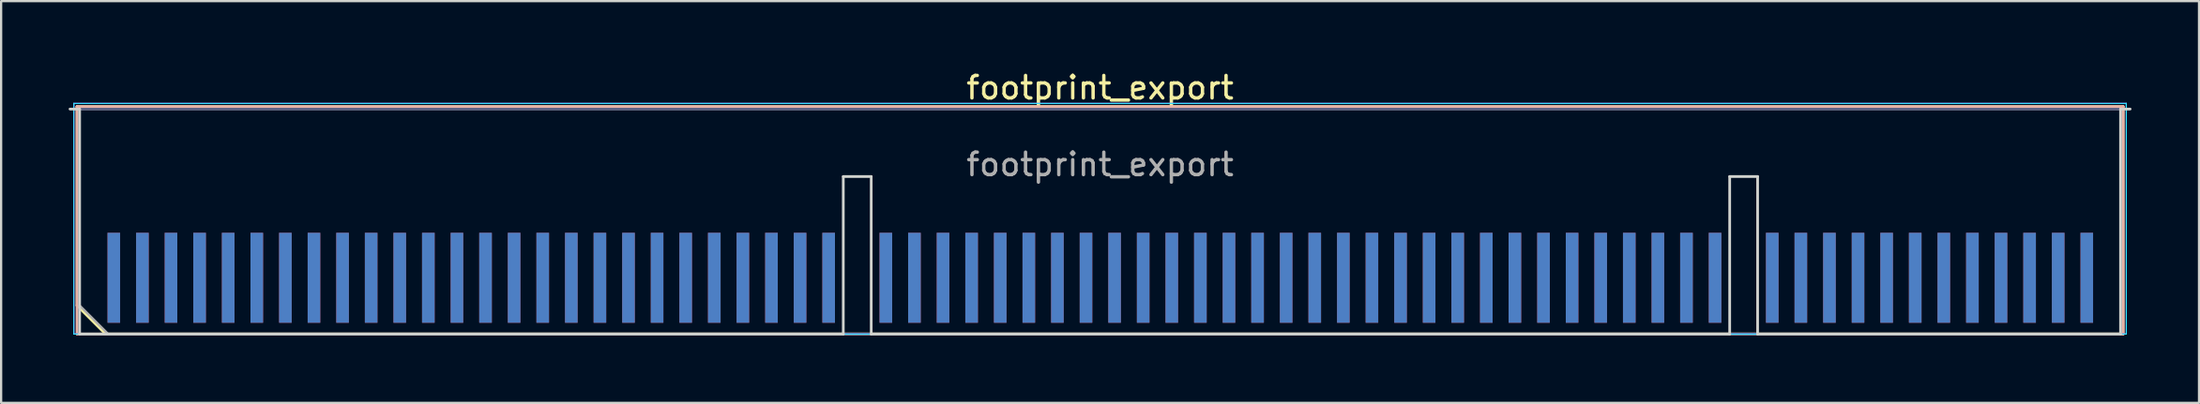
<source format=kicad_pcb>
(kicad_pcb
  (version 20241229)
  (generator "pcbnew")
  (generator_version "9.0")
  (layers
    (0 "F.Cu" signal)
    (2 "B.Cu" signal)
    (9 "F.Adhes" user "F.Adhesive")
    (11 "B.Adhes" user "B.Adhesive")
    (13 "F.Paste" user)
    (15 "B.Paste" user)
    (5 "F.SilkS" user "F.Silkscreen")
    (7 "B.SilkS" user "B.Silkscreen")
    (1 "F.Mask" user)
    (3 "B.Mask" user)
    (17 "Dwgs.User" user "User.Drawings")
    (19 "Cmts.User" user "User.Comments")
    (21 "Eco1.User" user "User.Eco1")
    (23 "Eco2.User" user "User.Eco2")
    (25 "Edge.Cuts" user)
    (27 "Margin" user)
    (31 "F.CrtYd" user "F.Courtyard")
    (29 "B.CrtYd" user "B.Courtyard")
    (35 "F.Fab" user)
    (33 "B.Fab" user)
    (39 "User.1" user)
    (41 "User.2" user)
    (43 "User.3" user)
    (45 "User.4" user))
  (footprint "footprint_export"
    (layer "F.Cu")
    (at 45.81 6.798)
    (property "Reference" "footprint_export" (at 0 -5.95 0) (layer "F.SilkS") (effects (font (size 1 1) (thickness 0.15))))
    (attr exclude_from_pos_files exclude_from_bom)
    (fp_line (start -45.44 -5.11) (end 45.44 -5.11) (stroke (width 0.12) (type solid)) (layer "F.SilkS"))
    (fp_line (start -45.44 3.73) (end -45.44 -5.11) (stroke (width 0.12) (type solid)) (layer "F.SilkS"))
    (fp_line (start -44.17 5) (end -45.44 3.73) (stroke (width 0.12) (type solid)) (layer "F.SilkS"))
    (fp_line (start -44.17 5) (end 45.44 5) (stroke (width 0.12) (type solid)) (layer "F.SilkS"))
    (fp_line (start 45.44 5) (end 45.44 -5.11) (stroke (width 0.12) (type solid)) (layer "F.SilkS"))
    (fp_line (start -45.44 -5.11) (end 45.44 -5.11) (stroke (width 0.12) (type solid)) (layer "B.SilkS"))
    (fp_line (start -45.44 5) (end -45.44 -5.11) (stroke (width 0.12) (type solid)) (layer "B.SilkS"))
    (fp_line (start -45.44 5) (end 45.44 5) (stroke (width 0.12) (type solid)) (layer "B.SilkS"))
    (fp_line (start 45.44 5) (end 45.44 -5.11) (stroke (width 0.12) (type solid)) (layer "B.SilkS"))
    (fp_line (start -45.75 -5) (end -45.325 -5) (stroke (width 0.12) (type solid)) (layer "Edge.Cuts"))
    (fp_line (start -45.325 5) (end -45.325 -5) (stroke (width 0.12) (type solid)) (layer "Edge.Cuts"))
    (fp_line (start -45.325 5) (end -11.405 5) (stroke (width 0.12) (type solid)) (layer "Edge.Cuts"))
    (fp_line (start -11.405 -2) (end -10.165 -2) (stroke (width 0.12) (type solid)) (layer "Edge.Cuts"))
    (fp_line (start -11.405 5) (end -11.405 -2) (stroke (width 0.12) (type solid)) (layer "Edge.Cuts"))
    (fp_line (start -10.165 5) (end -10.165 -2) (stroke (width 0.12) (type solid)) (layer "Edge.Cuts"))
    (fp_line (start -10.165 5) (end 27.965 5) (stroke (width 0.12) (type solid)) (layer "Edge.Cuts"))
    (fp_line (start 27.965 -2) (end 29.205 -2) (stroke (width 0.12) (type solid)) (layer "Edge.Cuts"))
    (fp_line (start 27.965 5) (end 27.965 -2) (stroke (width 0.12) (type solid)) (layer "Edge.Cuts"))
    (fp_line (start 29.205 5) (end 29.205 -2) (stroke (width 0.12) (type solid)) (layer "Edge.Cuts"))
    (fp_line (start 29.205 5) (end 45.325 5) (stroke (width 0.12) (type solid)) (layer "Edge.Cuts"))
    (fp_line (start 45.325 5) (end 45.325 -5) (stroke (width 0.12) (type solid)) (layer "Edge.Cuts"))
    (fp_line (start 45.75 -5) (end 45.325 -5) (stroke (width 0.12) (type solid)) (layer "Edge.Cuts"))
    (fp_line (start -45.58 -5.25) (end -45.58 5) (stroke (width 0.05) (type solid)) (layer "B.CrtYd"))
    (fp_line (start -45.58 5) (end 45.58 5) (stroke (width 0.05) (type solid)) (layer "B.CrtYd"))
    (fp_line (start 45.58 -5.25) (end -45.58 -5.25) (stroke (width 0.05) (type solid)) (layer "B.CrtYd"))
    (fp_line (start 45.58 5) (end 45.58 -5.25) (stroke (width 0.05) (type solid)) (layer "B.CrtYd"))
    (fp_line (start -45.58 -5.25) (end -45.58 5) (stroke (width 0.05) (type solid)) (layer "F.CrtYd"))
    (fp_line (start -45.58 5) (end 45.58 5) (stroke (width 0.05) (type solid)) (layer "F.CrtYd"))
    (fp_line (start 45.58 -5.25) (end -45.58 -5.25) (stroke (width 0.05) (type solid)) (layer "F.CrtYd"))
    (fp_line (start 45.58 5) (end 45.58 -5.25) (stroke (width 0.05) (type solid)) (layer "F.CrtYd"))
    (fp_line (start -45.325 -5) (end 45.325 -5) (stroke (width 0.1) (type solid)) (layer "B.Fab"))
    (fp_line (start -45.325 5) (end -45.325 -5) (stroke (width 0.1) (type solid)) (layer "B.Fab"))
    (fp_line (start -45.325 5) (end 45.325 5) (stroke (width 0.1) (type solid)) (layer "B.Fab"))
    (fp_line (start 45.325 5) (end 45.325 -5) (stroke (width 0.1) (type solid)) (layer "B.Fab"))
    (fp_line (start -45.325 -5) (end 45.325 -5) (stroke (width 0.1) (type solid)) (layer "F.Fab"))
    (fp_line (start -45.325 3.73) (end -45.325 -5) (stroke (width 0.1) (type solid)) (layer "F.Fab"))
    (fp_line (start -45.325 3.73) (end -44.055 5) (stroke (width 0.1) (type solid)) (layer "F.Fab"))
    (fp_line (start -44.055 5) (end 45.325 5) (stroke (width 0.1) (type solid)) (layer "F.Fab"))
    (fp_line (start 45.325 5) (end 45.325 -5) (stroke (width 0.1) (type solid)) (layer "F.Fab"))
    (fp_text user "${REFERENCE}" (at 0 -2.54 0) (layer "F.Fab") (effects (font (size 1 1) (thickness 0.15))))
    (pad "1" connect rect (at -43.805 2.5) (size 0.56 4) (layers "F.Cu" "F.Mask"))
    (pad "2" connect rect (at -43.805 2.5) (size 0.56 4) (layers "B.Cu" "B.Mask"))
    (pad "3" connect rect (at -42.535 2.5) (size 0.56 4) (layers "F.Cu" "F.Mask"))
    (pad "4" connect rect (at -42.535 2.5) (size 0.56 4) (layers "B.Cu" "B.Mask"))
    (pad "5" connect rect (at -41.265 2.5) (size 0.56 4) (layers "F.Cu" "F.Mask"))
    (pad "6" connect rect (at -41.265 2.5) (size 0.56 4) (layers "B.Cu" "B.Mask"))
    (pad "7" connect rect (at -39.995 2.5) (size 0.56 4) (layers "F.Cu" "F.Mask"))
    (pad "8" connect rect (at -39.995 2.5) (size 0.56 4) (layers "B.Cu" "B.Mask"))
    (pad "9" connect rect (at -38.725 2.5) (size 0.56 4) (layers "F.Cu" "F.Mask"))
    (pad "10" connect rect (at -38.725 2.5) (size 0.56 4) (layers "B.Cu" "B.Mask"))
    (pad "11" connect rect (at -37.455 2.5) (size 0.56 4) (layers "F.Cu" "F.Mask"))
    (pad "12" connect rect (at -37.455 2.5) (size 0.56 4) (layers "B.Cu" "B.Mask"))
    (pad "13" connect rect (at -36.185 2.5) (size 0.56 4) (layers "F.Cu" "F.Mask"))
    (pad "14" connect rect (at -36.185 2.5) (size 0.56 4) (layers "B.Cu" "B.Mask"))
    (pad "15" connect rect (at -34.915 2.5) (size 0.56 4) (layers "F.Cu" "F.Mask"))
    (pad "16" connect rect (at -34.915 2.5) (size 0.56 4) (layers "B.Cu" "B.Mask"))
    (pad "17" connect rect (at -33.645 2.5) (size 0.56 4) (layers "F.Cu" "F.Mask"))
    (pad "18" connect rect (at -33.645 2.5) (size 0.56 4) (layers "B.Cu" "B.Mask"))
    (pad "19" connect rect (at -32.375 2.5) (size 0.56 4) (layers "F.Cu" "F.Mask"))
    (pad "20" connect rect (at -32.375 2.5) (size 0.56 4) (layers "B.Cu" "B.Mask"))
    (pad "21" connect rect (at -31.105 2.5) (size 0.56 4) (layers "F.Cu" "F.Mask"))
    (pad "22" connect rect (at -31.105 2.5) (size 0.56 4) (layers "B.Cu" "B.Mask"))
    (pad "23" connect rect (at -29.835 2.5) (size 0.56 4) (layers "F.Cu" "F.Mask"))
    (pad "24" connect rect (at -29.835 2.5) (size 0.56 4) (layers "B.Cu" "B.Mask"))
    (pad "25" connect rect (at -28.565 2.5) (size 0.56 4) (layers "F.Cu" "F.Mask"))
    (pad "26" connect rect (at -28.565 2.5) (size 0.56 4) (layers "B.Cu" "B.Mask"))
    (pad "27" connect rect (at -27.295 2.5) (size 0.56 4) (layers "F.Cu" "F.Mask"))
    (pad "28" connect rect (at -27.295 2.5) (size 0.56 4) (layers "B.Cu" "B.Mask"))
    (pad "29" connect rect (at -26.025 2.5) (size 0.56 4) (layers "F.Cu" "F.Mask"))
    (pad "30" connect rect (at -26.025 2.5) (size 0.56 4) (layers "B.Cu" "B.Mask"))
    (pad "31" connect rect (at -24.755 2.5) (size 0.56 4) (layers "F.Cu" "F.Mask"))
    (pad "32" connect rect (at -24.755 2.5) (size 0.56 4) (layers "B.Cu" "B.Mask"))
    (pad "33" connect rect (at -23.485 2.5) (size 0.56 4) (layers "F.Cu" "F.Mask"))
    (pad "34" connect rect (at -23.485 2.5) (size 0.56 4) (layers "B.Cu" "B.Mask"))
    (pad "35" connect rect (at -22.215 2.5) (size 0.56 4) (layers "F.Cu" "F.Mask"))
    (pad "36" connect rect (at -22.215 2.5) (size 0.56 4) (layers "B.Cu" "B.Mask"))
    (pad "37" connect rect (at -20.945 2.5) (size 0.56 4) (layers "F.Cu" "F.Mask"))
    (pad "38" connect rect (at -20.945 2.5) (size 0.56 4) (layers "B.Cu" "B.Mask"))
    (pad "39" connect rect (at -19.675 2.5) (size 0.56 4) (layers "F.Cu" "F.Mask"))
    (pad "40" connect rect (at -19.675 2.5) (size 0.56 4) (layers "B.Cu" "B.Mask"))
    (pad "41" connect rect (at -18.405 2.5) (size 0.56 4) (layers "F.Cu" "F.Mask"))
    (pad "42" connect rect (at -18.405 2.5) (size 0.56 4) (layers "B.Cu" "B.Mask"))
    (pad "43" connect rect (at -17.135 2.5) (size 0.56 4) (layers "F.Cu" "F.Mask"))
    (pad "44" connect rect (at -17.135 2.5) (size 0.56 4) (layers "B.Cu" "B.Mask"))
    (pad "45" connect rect (at -15.865 2.5) (size 0.56 4) (layers "F.Cu" "F.Mask"))
    (pad "46" connect rect (at -15.865 2.5) (size 0.56 4) (layers "B.Cu" "B.Mask"))
    (pad "47" connect rect (at -14.595 2.5) (size 0.56 4) (layers "F.Cu" "F.Mask"))
    (pad "48" connect rect (at -14.595 2.5) (size 0.56 4) (layers "B.Cu" "B.Mask"))
    (pad "49" connect rect (at -13.325 2.5) (size 0.56 4) (layers "F.Cu" "F.Mask"))
    (pad "50" connect rect (at -13.325 2.5) (size 0.56 4) (layers "B.Cu" "B.Mask"))
    (pad "51" connect rect (at -12.055 2.5) (size 0.56 4) (layers "F.Cu" "F.Mask"))
    (pad "52" connect rect (at -12.055 2.5) (size 0.56 4) (layers "B.Cu" "B.Mask"))
    (pad "55" connect rect (at -9.515 2.5) (size 0.56 4) (layers "F.Cu" "F.Mask"))
    (pad "56" connect rect (at -9.515 2.5) (size 0.56 4) (layers "B.Cu" "B.Mask"))
    (pad "57" connect rect (at -8.245 2.5) (size 0.56 4) (layers "F.Cu" "F.Mask"))
    (pad "58" connect rect (at -8.245 2.5) (size 0.56 4) (layers "B.Cu" "B.Mask"))
    (pad "59" connect rect (at -6.975 2.5) (size 0.56 4) (layers "F.Cu" "F.Mask"))
    (pad "60" connect rect (at -6.975 2.5) (size 0.56 4) (layers "B.Cu" "B.Mask"))
    (pad "61" connect rect (at -5.705 2.5) (size 0.56 4) (layers "F.Cu" "F.Mask"))
    (pad "62" connect rect (at -5.705 2.5) (size 0.56 4) (layers "B.Cu" "B.Mask"))
    (pad "63" connect rect (at -4.435 2.5) (size 0.56 4) (layers "F.Cu" "F.Mask"))
    (pad "64" connect rect (at -4.435 2.5) (size 0.56 4) (layers "B.Cu" "B.Mask"))
    (pad "65" connect rect (at -3.165 2.5) (size 0.56 4) (layers "F.Cu" "F.Mask"))
    (pad "66" connect rect (at -3.165 2.5) (size 0.56 4) (layers "B.Cu" "B.Mask"))
    (pad "67" connect rect (at -1.895 2.5) (size 0.56 4) (layers "F.Cu" "F.Mask"))
    (pad "68" connect rect (at -1.895 2.5) (size 0.56 4) (layers "B.Cu" "B.Mask"))
    (pad "69" connect rect (at -0.625 2.5) (size 0.56 4) (layers "F.Cu" "F.Mask"))
    (pad "70" connect rect (at -0.625 2.5) (size 0.56 4) (layers "B.Cu" "B.Mask"))
    (pad "71" connect rect (at 0.645 2.5) (size 0.56 4) (layers "F.Cu" "F.Mask"))
    (pad "72" connect rect (at 0.645 2.5) (size 0.56 4) (layers "B.Cu" "B.Mask"))
    (pad "73" connect rect (at 1.915 2.5) (size 0.56 4) (layers "F.Cu" "F.Mask"))
    (pad "74" connect rect (at 1.915 2.5) (size 0.56 4) (layers "B.Cu" "B.Mask"))
    (pad "75" connect rect (at 3.185 2.5) (size 0.56 4) (layers "F.Cu" "F.Mask"))
    (pad "76" connect rect (at 3.185 2.5) (size 0.56 4) (layers "B.Cu" "B.Mask"))
    (pad "77" connect rect (at 4.455 2.5) (size 0.56 4) (layers "F.Cu" "F.Mask"))
    (pad "78" connect rect (at 4.455 2.5) (size 0.56 4) (layers "B.Cu" "B.Mask"))
    (pad "79" connect rect (at 5.725 2.5) (size 0.56 4) (layers "F.Cu" "F.Mask"))
    (pad "80" connect rect (at 5.725 2.5) (size 0.56 4) (layers "B.Cu" "B.Mask"))
    (pad "81" connect rect (at 6.995 2.5) (size 0.56 4) (layers "F.Cu" "F.Mask"))
    (pad "82" connect rect (at 6.995 2.5) (size 0.56 4) (layers "B.Cu" "B.Mask"))
    (pad "83" connect rect (at 8.265 2.5) (size 0.56 4) (layers "F.Cu" "F.Mask"))
    (pad "84" connect rect (at 8.265 2.5) (size 0.56 4) (layers "B.Cu" "B.Mask"))
    (pad "85" connect rect (at 9.535 2.5) (size 0.56 4) (layers "F.Cu" "F.Mask"))
    (pad "86" connect rect (at 9.535 2.5) (size 0.56 4) (layers "B.Cu" "B.Mask"))
    (pad "87" connect rect (at 10.805 2.5) (size 0.56 4) (layers "F.Cu" "F.Mask"))
    (pad "88" connect rect (at 10.805 2.5) (size 0.56 4) (layers "B.Cu" "B.Mask"))
    (pad "89" connect rect (at 12.075 2.5) (size 0.56 4) (layers "F.Cu" "F.Mask"))
    (pad "90" connect rect (at 12.075 2.5) (size 0.56 4) (layers "B.Cu" "B.Mask"))
    (pad "91" connect rect (at 13.345 2.5) (size 0.56 4) (layers "F.Cu" "F.Mask"))
    (pad "92" connect rect (at 13.345 2.5) (size 0.56 4) (layers "B.Cu" "B.Mask"))
    (pad "93" connect rect (at 14.615 2.5) (size 0.56 4) (layers "F.Cu" "F.Mask"))
    (pad "94" connect rect (at 14.615 2.5) (size 0.56 4) (layers "B.Cu" "B.Mask"))
    (pad "95" connect rect (at 15.885 2.5) (size 0.56 4) (layers "F.Cu" "F.Mask"))
    (pad "96" connect rect (at 15.885 2.5) (size 0.56 4) (layers "B.Cu" "B.Mask"))
    (pad "97" connect rect (at 17.155 2.5) (size 0.56 4) (layers "F.Cu" "F.Mask"))
    (pad "98" connect rect (at 17.155 2.5) (size 0.56 4) (layers "B.Cu" "B.Mask"))
    (pad "99" connect rect (at 18.425 2.5) (size 0.56 4) (layers "F.Cu" "F.Mask"))
    (pad "100" connect rect (at 18.425 2.5) (size 0.56 4) (layers "B.Cu" "B.Mask"))
    (pad "101" connect rect (at 19.695 2.5) (size 0.56 4) (layers "F.Cu" "F.Mask"))
    (pad "102" connect rect (at 19.695 2.5) (size 0.56 4) (layers "B.Cu" "B.Mask"))
    (pad "103" connect rect (at 20.965 2.5) (size 0.56 4) (layers "F.Cu" "F.Mask"))
    (pad "104" connect rect (at 20.965 2.5) (size 0.56 4) (layers "B.Cu" "B.Mask"))
    (pad "105" connect rect (at 22.235 2.5) (size 0.56 4) (layers "F.Cu" "F.Mask"))
    (pad "106" connect rect (at 22.235 2.5) (size 0.56 4) (layers "B.Cu" "B.Mask"))
    (pad "107" connect rect (at 23.505 2.5) (size 0.56 4) (layers "F.Cu" "F.Mask"))
    (pad "108" connect rect (at 23.505 2.5) (size 0.56 4) (layers "B.Cu" "B.Mask"))
    (pad "109" connect rect (at 24.775 2.5) (size 0.56 4) (layers "F.Cu" "F.Mask"))
    (pad "110" connect rect (at 24.775 2.5) (size 0.56 4) (layers "B.Cu" "B.Mask"))
    (pad "111" connect rect (at 26.045 2.5) (size 0.56 4) (layers "F.Cu" "F.Mask"))
    (pad "112" connect rect (at 26.045 2.5) (size 0.56 4) (layers "B.Cu" "B.Mask"))
    (pad "113" connect rect (at 27.315 2.5) (size 0.56 4) (layers "F.Cu" "F.Mask"))
    (pad "114" connect rect (at 27.315 2.5) (size 0.56 4) (layers "B.Cu" "B.Mask"))
    (pad "117" connect rect (at 29.855 2.5) (size 0.56 4) (layers "F.Cu" "F.Mask"))
    (pad "118" connect rect (at 29.855 2.5) (size 0.56 4) (layers "B.Cu" "B.Mask"))
    (pad "119" connect rect (at 31.125 2.5) (size 0.56 4) (layers "F.Cu" "F.Mask"))
    (pad "120" connect rect (at 31.125 2.5) (size 0.56 4) (layers "B.Cu" "B.Mask"))
    (pad "121" connect rect (at 32.395 2.5) (size 0.56 4) (layers "F.Cu" "F.Mask"))
    (pad "122" connect rect (at 32.395 2.5) (size 0.56 4) (layers "B.Cu" "B.Mask"))
    (pad "123" connect rect (at 33.665 2.5) (size 0.56 4) (layers "F.Cu" "F.Mask"))
    (pad "124" connect rect (at 33.665 2.5) (size 0.56 4) (layers "B.Cu" "B.Mask"))
    (pad "125" connect rect (at 34.935 2.5) (size 0.56 4) (layers "F.Cu" "F.Mask"))
    (pad "126" connect rect (at 34.935 2.5) (size 0.56 4) (layers "B.Cu" "B.Mask"))
    (pad "127" connect rect (at 36.205 2.5) (size 0.56 4) (layers "F.Cu" "F.Mask"))
    (pad "128" connect rect (at 36.205 2.5) (size 0.56 4) (layers "B.Cu" "B.Mask"))
    (pad "129" connect rect (at 37.475 2.5) (size 0.56 4) (layers "F.Cu" "F.Mask"))
    (pad "130" connect rect (at 37.475 2.5) (size 0.56 4) (layers "B.Cu" "B.Mask"))
    (pad "131" connect rect (at 38.745 2.5) (size 0.56 4) (layers "F.Cu" "F.Mask"))
    (pad "132" connect rect (at 38.745 2.5) (size 0.56 4) (layers "B.Cu" "B.Mask"))
    (pad "133" connect rect (at 40.015 2.5) (size 0.56 4) (layers "F.Cu" "F.Mask"))
    (pad "134" connect rect (at 40.015 2.5) (size 0.56 4) (layers "B.Cu" "B.Mask"))
    (pad "135" connect rect (at 41.285 2.5) (size 0.56 4) (layers "F.Cu" "F.Mask"))
    (pad "136" connect rect (at 41.285 2.5) (size 0.56 4) (layers "B.Cu" "B.Mask"))
    (pad "137" connect rect (at 42.555 2.5) (size 0.56 4) (layers "F.Cu" "F.Mask"))
    (pad "138" connect rect (at 42.555 2.5) (size 0.56 4) (layers "B.Cu" "B.Mask"))
    (pad "139" connect rect (at 43.825 2.5) (size 0.56 4) (layers "F.Cu" "F.Mask"))
    (pad "140" connect rect (at 43.825 2.5) (size 0.56 4) (layers "B.Cu" "B.Mask")))
  (gr_rect
    (start -3 -3)
    (end 94.62 14.858)
    (stroke (width 0.1) (type default))
    (fill no)
    (layer "Edge.Cuts")))
</source>
